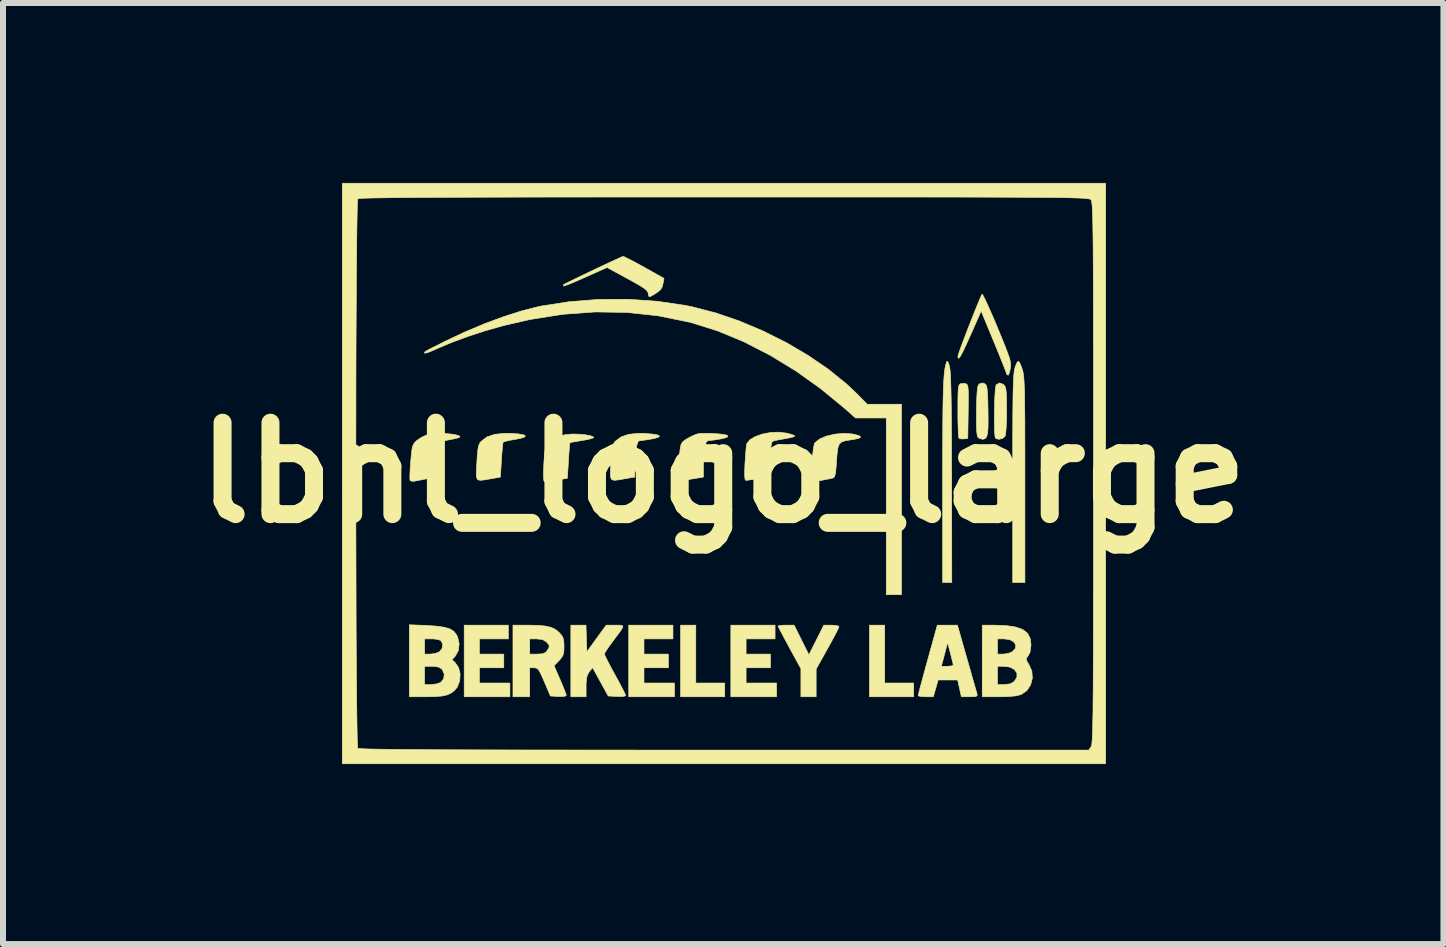
<source format=kicad_pcb>
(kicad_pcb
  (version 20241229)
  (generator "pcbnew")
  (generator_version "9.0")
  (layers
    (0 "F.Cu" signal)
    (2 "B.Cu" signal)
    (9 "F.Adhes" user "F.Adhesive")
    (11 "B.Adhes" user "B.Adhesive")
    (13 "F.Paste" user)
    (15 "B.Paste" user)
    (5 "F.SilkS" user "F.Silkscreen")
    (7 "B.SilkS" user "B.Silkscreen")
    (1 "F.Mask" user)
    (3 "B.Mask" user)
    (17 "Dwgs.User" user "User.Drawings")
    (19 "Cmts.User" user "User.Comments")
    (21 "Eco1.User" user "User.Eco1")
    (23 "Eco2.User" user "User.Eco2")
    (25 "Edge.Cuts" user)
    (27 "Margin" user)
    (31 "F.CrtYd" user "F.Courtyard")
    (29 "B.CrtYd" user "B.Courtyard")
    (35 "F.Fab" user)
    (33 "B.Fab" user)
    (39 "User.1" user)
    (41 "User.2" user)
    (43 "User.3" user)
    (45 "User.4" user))
  (footprint "lbnl_logo_large"
    (layer "F.Cu")
    (at 9.006 4.831)
    (property "Reference" "lbnl_logo_large" (at 0 0 0) (layer "F.SilkS") (effects (font (size 1.524 1.524) (thickness 0.3))))
    (attr through_hole)
    (fp_poly (pts (xy -0.457 3.505) (xy 0.025 3.505) (xy 0.025 3.734) (xy -0.711 3.734) (xy -0.711 2.54) (xy -0.457 2.54) (xy -0.457 3.505)) (stroke (width 0.01) (type solid)) (fill yes) (layer "F.SilkS"))
    (fp_poly (pts (xy 2.692 3.505) (xy 3.175 3.505) (xy 3.175 3.734) (xy 2.438 3.734) (xy 2.438 2.54) (xy 2.692 2.54) (xy 2.692 3.505)) (stroke (width 0.01) (type solid)) (fill yes) (layer "F.SilkS"))
    (fp_poly (pts (xy -3.581 2.769) (xy -4.064 2.769) (xy -4.064 3.023) (xy -3.658 3.023) (xy -3.658 3.251) (xy -4.064 3.251) (xy -4.064 3.505) (xy -3.556 3.505) (xy -3.556 3.734) (xy -4.318 3.734) (xy -4.318 2.54) (xy -3.581 2.54) (xy -3.581 2.769)) (stroke (width 0.01) (type solid)) (fill yes) (layer "F.SilkS"))
    (fp_poly (pts (xy -0.838 2.769) (xy -1.321 2.769) (xy -1.321 3.023) (xy -0.914 3.023) (xy -0.914 3.251) (xy -1.321 3.251) (xy -1.321 3.505) (xy -0.813 3.505) (xy -0.813 3.734) (xy -1.575 3.734) (xy -1.575 2.54) (xy -0.838 2.54) (xy -0.838 2.769)) (stroke (width 0.01) (type solid)) (fill yes) (layer "F.SilkS"))
    (fp_poly (pts (xy 0.864 2.769) (xy 0.381 2.769) (xy 0.381 3.023) (xy 0.787 3.023) (xy 0.787 3.251) (xy 0.381 3.251) (xy 0.381 3.505) (xy 0.889 3.505) (xy 0.889 3.734) (xy 0.127 3.734) (xy 0.127 2.54) (xy 0.864 2.54) (xy 0.864 2.769)) (stroke (width 0.01) (type solid)) (fill yes) (layer "F.SilkS"))
    (fp_poly (pts (xy 4.043 -1.485) (xy 4.06 -1.476) (xy 4.072 -1.459) (xy 4.08 -1.425) (xy 4.085 -1.367) (xy 4.086 -1.279) (xy 4.085 -1.153) (xy 4.084 -1.02) (xy 4.077 -0.572) (xy 4.012 -0.564) (xy 3.957 -0.565) (xy 3.93 -0.575) (xy 3.924 -0.605) (xy 3.919 -0.677) (xy 3.915 -0.783) (xy 3.912 -0.914) (xy 3.912 -1.03) (xy 3.912 -1.191) (xy 3.914 -1.308) (xy 3.918 -1.389) (xy 3.925 -1.44) (xy 3.936 -1.469) (xy 3.95 -1.482) (xy 3.953 -1.484) (xy 4.013 -1.49) (xy 4.043 -1.485)) (stroke (width 0.01) (type solid)) (fill yes) (layer "F.SilkS"))
    (fp_poly (pts (xy 1.428 3.035) (xy 1.553 2.788) (xy 1.677 2.54) (xy 1.804 2.54) (xy 1.876 2.545) (xy 1.922 2.556) (xy 1.93 2.565) (xy 1.919 2.595) (xy 1.886 2.661) (xy 1.837 2.754) (xy 1.776 2.867) (xy 1.74 2.931) (xy 1.549 3.272) (xy 1.549 3.734) (xy 1.295 3.734) (xy 1.295 3.266) (xy 1.105 2.918) (xy 1.04 2.798) (xy 0.984 2.693) (xy 0.942 2.613) (xy 0.918 2.565) (xy 0.914 2.555) (xy 0.937 2.547) (xy 0.996 2.541) (xy 1.048 2.54) (xy 1.182 2.54) (xy 1.428 3.035)) (stroke (width 0.01) (type solid)) (fill yes) (layer "F.SilkS"))
    (fp_poly (pts (xy 4.666 -1.475) (xy 4.684 -1.459) (xy 4.7 -1.434) (xy 4.712 -1.393) (xy 4.719 -1.326) (xy 4.723 -1.227) (xy 4.724 -1.087) (xy 4.724 -1.038) (xy 4.723 -0.896) (xy 4.718 -0.773) (xy 4.711 -0.677) (xy 4.702 -0.618) (xy 4.698 -0.608) (xy 4.656 -0.572) (xy 4.596 -0.558) (xy 4.544 -0.571) (xy 4.538 -0.576) (xy 4.53 -0.609) (xy 4.524 -0.683) (xy 4.521 -0.787) (xy 4.52 -0.909) (xy 4.521 -1.041) (xy 4.524 -1.172) (xy 4.529 -1.29) (xy 4.536 -1.386) (xy 4.545 -1.449) (xy 4.552 -1.468) (xy 4.607 -1.497) (xy 4.666 -1.475)) (stroke (width 0.01) (type solid)) (fill yes) (layer "F.SilkS"))
    (fp_poly (pts (xy 3.76 -1.814) (xy 3.773 -1.765) (xy 3.78 -1.724) (xy 3.786 -1.657) (xy 3.791 -1.56) (xy 3.795 -1.432) (xy 3.799 -1.269) (xy 3.802 -1.068) (xy 3.804 -0.828) (xy 3.806 -0.544) (xy 3.807 -0.215) (xy 3.808 0.095) (xy 3.81 1.829) (xy 3.658 1.829) (xy 3.658 0.141) (xy 3.658 -0.215) (xy 3.659 -0.523) (xy 3.66 -0.788) (xy 3.662 -1.014) (xy 3.665 -1.204) (xy 3.669 -1.361) (xy 3.674 -1.49) (xy 3.68 -1.594) (xy 3.688 -1.678) (xy 3.697 -1.744) (xy 3.708 -1.796) (xy 3.721 -1.839) (xy 3.727 -1.854) (xy 3.741 -1.856) (xy 3.76 -1.814)) (stroke (width 0.01) (type solid)) (fill yes) (layer "F.SilkS"))
    (fp_poly (pts (xy 4.362 -1.483) (xy 4.379 -1.467) (xy 4.392 -1.438) (xy 4.4 -1.389) (xy 4.406 -1.312) (xy 4.411 -1.199) (xy 4.414 -1.043) (xy 4.414 -1.042) (xy 4.416 -0.873) (xy 4.414 -0.748) (xy 4.407 -0.661) (xy 4.393 -0.605) (xy 4.372 -0.573) (xy 4.342 -0.561) (xy 4.318 -0.559) (xy 4.264 -0.577) (xy 4.244 -0.594) (xy 4.232 -0.633) (xy 4.224 -0.716) (xy 4.221 -0.844) (xy 4.222 -1.021) (xy 4.222 -1.042) (xy 4.225 -1.198) (xy 4.23 -1.311) (xy 4.236 -1.389) (xy 4.244 -1.438) (xy 4.257 -1.467) (xy 4.273 -1.483) (xy 4.274 -1.483) (xy 4.328 -1.497) (xy 4.362 -1.483)) (stroke (width 0.01) (type solid)) (fill yes) (layer "F.SilkS"))
    (fp_poly (pts (xy -3.547 -0.657) (xy -3.417 -0.648) (xy -3.334 -0.634) (xy -3.298 -0.617) (xy -3.31 -0.597) (xy -3.371 -0.576) (xy -3.465 -0.557) (xy -3.558 -0.541) (xy -3.63 -0.524) (xy -3.667 -0.511) (xy -3.669 -0.51) (xy -3.675 -0.479) (xy -3.682 -0.409) (xy -3.691 -0.309) (xy -3.697 -0.21) (xy -3.715 0.072) (xy -3.873 0.1) (xy -3.978 0.118) (xy -4.049 0.126) (xy -4.091 0.117) (xy -4.111 0.081) (xy -4.116 0.014) (xy -4.111 -0.094) (xy -4.107 -0.169) (xy -4.099 -0.3) (xy -4.089 -0.391) (xy -4.077 -0.452) (xy -4.059 -0.493) (xy -4.035 -0.524) (xy -3.939 -0.597) (xy -3.81 -0.641) (xy -3.644 -0.658) (xy -3.547 -0.657)) (stroke (width 0.01) (type solid)) (fill yes) (layer "F.SilkS"))
    (fp_poly (pts (xy -1.308 -0.655) (xy -1.18 -0.645) (xy -1.098 -0.631) (xy -1.063 -0.614) (xy -1.076 -0.595) (xy -1.138 -0.574) (xy -1.2 -0.562) (xy -1.291 -0.547) (xy -1.364 -0.537) (xy -1.402 -0.533) (xy -1.425 -0.509) (xy -1.445 -0.441) (xy -1.461 -0.335) (xy -1.47 -0.198) (xy -1.473 -0.06) (xy -1.473 0.071) (xy -1.634 0.099) (xy -1.741 0.118) (xy -1.813 0.126) (xy -1.856 0.116) (xy -1.876 0.081) (xy -1.881 0.014) (xy -1.877 -0.094) (xy -1.873 -0.168) (xy -1.865 -0.298) (xy -1.857 -0.388) (xy -1.845 -0.448) (xy -1.827 -0.489) (xy -1.803 -0.522) (xy -1.802 -0.523) (xy -1.705 -0.596) (xy -1.577 -0.641) (xy -1.413 -0.658) (xy -1.308 -0.655)) (stroke (width 0.01) (type solid)) (fill yes) (layer "F.SilkS"))
    (fp_poly (pts (xy 4.94 -1.839) (xy 4.968 -1.774) (xy 4.988 -1.716) (xy 4.996 -1.687) (xy 5.003 -1.65) (xy 5.009 -1.601) (xy 5.014 -1.538) (xy 5.018 -1.455) (xy 5.022 -1.349) (xy 5.024 -1.217) (xy 5.026 -1.055) (xy 5.028 -0.858) (xy 5.028 -0.624) (xy 5.029 -0.348) (xy 5.029 -0.026) (xy 5.029 0.119) (xy 5.029 1.829) (xy 4.826 1.829) (xy 4.826 0.093) (xy 4.826 -0.251) (xy 4.826 -0.548) (xy 4.827 -0.801) (xy 4.828 -1.015) (xy 4.83 -1.193) (xy 4.832 -1.339) (xy 4.835 -1.457) (xy 4.839 -1.55) (xy 4.844 -1.622) (xy 4.849 -1.677) (xy 4.856 -1.718) (xy 4.863 -1.75) (xy 4.867 -1.763) (xy 4.894 -1.832) (xy 4.917 -1.858) (xy 4.94 -1.839)) (stroke (width 0.01) (type solid)) (fill yes) (layer "F.SilkS"))
    (fp_poly (pts (xy -0.184 -0.655) (xy -0.052 -0.646) (xy 0.036 -0.633) (xy 0.078 -0.617) (xy 0.073 -0.598) (xy 0.019 -0.578) (xy -0.057 -0.562) (xy -0.148 -0.547) (xy -0.222 -0.537) (xy -0.259 -0.533) (xy -0.284 -0.509) (xy -0.304 -0.44) (xy -0.32 -0.332) (xy -0.328 -0.19) (xy -0.33 -0.075) (xy -0.33 0.071) (xy -0.491 0.099) (xy -0.604 0.117) (xy -0.677 0.125) (xy -0.717 0.12) (xy -0.735 0.103) (xy -0.738 0.083) (xy -0.739 -0.012) (xy -0.737 -0.129) (xy -0.731 -0.249) (xy -0.723 -0.354) (xy -0.715 -0.418) (xy -0.701 -0.477) (xy -0.673 -0.519) (xy -0.62 -0.557) (xy -0.559 -0.592) (xy -0.488 -0.627) (xy -0.429 -0.648) (xy -0.365 -0.657) (xy -0.28 -0.658) (xy -0.184 -0.655)) (stroke (width 0.01) (type solid)) (fill yes) (layer "F.SilkS"))
    (fp_poly (pts (xy -2.4 -0.643) (xy -2.296 -0.633) (xy -2.214 -0.618) (xy -2.167 -0.599) (xy -2.159 -0.588) (xy -2.182 -0.575) (xy -2.244 -0.558) (xy -2.331 -0.541) (xy -2.354 -0.538) (xy -2.447 -0.522) (xy -2.518 -0.51) (xy -2.554 -0.501) (xy -2.556 -0.501) (xy -2.56 -0.474) (xy -2.566 -0.407) (xy -2.573 -0.31) (xy -2.58 -0.201) (xy -2.598 0.092) (xy -2.773 0.122) (xy -2.864 0.137) (xy -2.937 0.148) (xy -2.976 0.152) (xy -2.976 0.152) (xy -2.989 0.136) (xy -2.995 0.082) (xy -2.995 -0.013) (xy -2.99 -0.154) (xy -2.99 -0.155) (xy -2.981 -0.277) (xy -2.97 -0.382) (xy -2.958 -0.459) (xy -2.945 -0.496) (xy -2.872 -0.554) (xy -2.764 -0.602) (xy -2.637 -0.634) (xy -2.516 -0.646) (xy -2.4 -0.643)) (stroke (width 0.01) (type solid)) (fill yes) (layer "F.SilkS"))
    (fp_poly (pts (xy 1.048 -0.662) (xy 1.126 -0.643) (xy 1.179 -0.624) (xy 1.194 -0.612) (xy 1.171 -0.599) (xy 1.11 -0.583) (xy 1.024 -0.567) (xy 1.014 -0.565) (xy 0.923 -0.55) (xy 0.854 -0.534) (xy 0.819 -0.523) (xy 0.818 -0.522) (xy 0.805 -0.487) (xy 0.792 -0.414) (xy 0.78 -0.316) (xy 0.77 -0.206) (xy 0.765 -0.098) (xy 0.764 -0.075) (xy 0.762 0.066) (xy 0.584 0.096) (xy 0.491 0.112) (xy 0.417 0.123) (xy 0.377 0.127) (xy 0.377 0.127) (xy 0.364 0.11) (xy 0.358 0.056) (xy 0.358 -0.041) (xy 0.363 -0.16) (xy 0.371 -0.278) (xy 0.379 -0.38) (xy 0.387 -0.453) (xy 0.393 -0.484) (xy 0.442 -0.548) (xy 0.531 -0.602) (xy 0.648 -0.644) (xy 0.781 -0.67) (xy 0.919 -0.677) (xy 1.048 -0.662)) (stroke (width 0.01) (type solid)) (fill yes) (layer "F.SilkS"))
    (fp_poly (pts (xy 2.147 -0.648) (xy 2.209 -0.635) (xy 2.274 -0.613) (xy 2.291 -0.592) (xy 2.258 -0.574) (xy 2.177 -0.556) (xy 2.117 -0.547) (xy 2.031 -0.533) (xy 1.972 -0.513) (xy 1.935 -0.478) (xy 1.912 -0.418) (xy 1.899 -0.325) (xy 1.889 -0.197) (xy 1.88 -0.072) (xy 1.87 0.012) (xy 1.857 0.061) (xy 1.839 0.083) (xy 1.831 0.087) (xy 1.79 0.097) (xy 1.718 0.111) (xy 1.634 0.127) (xy 1.555 0.141) (xy 1.496 0.15) (xy 1.477 0.152) (xy 1.474 0.129) (xy 1.473 0.064) (xy 1.476 -0.032) (xy 1.481 -0.149) (xy 1.481 -0.155) (xy 1.49 -0.292) (xy 1.503 -0.401) (xy 1.517 -0.474) (xy 1.528 -0.5) (xy 1.607 -0.563) (xy 1.723 -0.612) (xy 1.861 -0.644) (xy 2.007 -0.657) (xy 2.147 -0.648)) (stroke (width 0.01) (type solid)) (fill yes) (layer "F.SilkS"))
    (fp_poly (pts (xy -4.612 -0.653) (xy -4.507 -0.642) (xy -4.428 -0.625) (xy -4.407 -0.617) (xy -4.388 -0.6) (xy -4.402 -0.587) (xy -4.455 -0.572) (xy -4.51 -0.561) (xy -4.601 -0.543) (xy -4.678 -0.527) (xy -4.714 -0.52) (xy -4.748 -0.504) (xy -4.769 -0.463) (xy -4.783 -0.386) (xy -4.784 -0.375) (xy -4.793 -0.271) (xy -4.799 -0.15) (xy -4.8 -0.084) (xy -4.801 0.073) (xy -4.947 0.101) (xy -5.037 0.119) (xy -5.116 0.134) (xy -5.15 0.141) (xy -5.202 0.139) (xy -5.221 0.121) (xy -5.224 0.083) (xy -5.222 0.007) (xy -5.217 -0.096) (xy -5.209 -0.191) (xy -5.198 -0.314) (xy -5.187 -0.398) (xy -5.173 -0.454) (xy -5.153 -0.492) (xy -5.123 -0.524) (xy -5.108 -0.538) (xy -5.032 -0.59) (xy -4.941 -0.631) (xy -4.922 -0.637) (xy -4.837 -0.65) (xy -4.728 -0.656) (xy -4.612 -0.653)) (stroke (width 0.01) (type solid)) (fill yes) (layer "F.SilkS"))
    (fp_poly (pts (xy -1.689 2.544) (xy -1.672 2.558) (xy -1.682 2.59) (xy -1.718 2.646) (xy -1.783 2.732) (xy -1.833 2.799) (xy -1.897 2.886) (xy -1.947 2.959) (xy -1.976 3.007) (xy -1.981 3.021) (xy -1.969 3.051) (xy -1.937 3.118) (xy -1.889 3.211) (xy -1.829 3.323) (xy -1.803 3.369) (xy -1.74 3.485) (xy -1.687 3.586) (xy -1.648 3.662) (xy -1.627 3.707) (xy -1.626 3.714) (xy -1.649 3.725) (xy -1.708 3.73) (xy -1.771 3.729) (xy -1.917 3.721) (xy -2.048 3.484) (xy -2.178 3.248) (xy -2.232 3.316) (xy -2.263 3.368) (xy -2.28 3.432) (xy -2.286 3.525) (xy -2.286 3.559) (xy -2.286 3.734) (xy -2.54 3.734) (xy -2.54 2.54) (xy -2.288 2.54) (xy -2.273 2.985) (xy -2.112 2.762) (xy -1.95 2.54) (xy -1.799 2.54) (xy -1.732 2.54) (xy -1.689 2.544)) (stroke (width 0.01) (type solid)) (fill yes) (layer "F.SilkS"))
    (fp_poly (pts (xy -1.638 -3.595) (xy -1.572 -3.562) (xy -1.479 -3.514) (xy -1.367 -3.453) (xy -1.315 -3.424) (xy -0.987 -3.241) (xy -1.004 -3.152) (xy -1.02 -3.092) (xy -1.051 -3.046) (xy -1.108 -3.001) (xy -1.173 -2.961) (xy -1.221 -2.935) (xy -1.241 -2.942) (xy -1.249 -2.986) (xy -1.258 -3.015) (xy -1.283 -3.046) (xy -1.329 -3.082) (xy -1.403 -3.129) (xy -1.512 -3.191) (xy -1.597 -3.237) (xy -1.937 -3.422) (xy -2.295 -3.262) (xy -2.419 -3.207) (xy -2.525 -3.162) (xy -2.607 -3.13) (xy -2.655 -3.114) (xy -2.664 -3.113) (xy -2.665 -3.133) (xy -2.636 -3.15) (xy -2.57 -3.183) (xy -2.474 -3.23) (xy -2.359 -3.286) (xy -2.231 -3.347) (xy -2.099 -3.41) (xy -1.971 -3.47) (xy -1.856 -3.524) (xy -1.762 -3.567) (xy -1.697 -3.596) (xy -1.669 -3.607) (xy -1.669 -3.607) (xy -1.638 -3.595)) (stroke (width 0.01) (type solid)) (fill yes) (layer "F.SilkS"))
    (fp_poly (pts (xy 4.329 -2.96) (xy 4.36 -2.902) (xy 4.403 -2.809) (xy 4.457 -2.688) (xy 4.52 -2.544) (xy 4.568 -2.428) (xy 4.643 -2.248) (xy 4.699 -2.108) (xy 4.74 -2.002) (xy 4.768 -1.922) (xy 4.784 -1.862) (xy 4.791 -1.815) (xy 4.791 -1.775) (xy 4.787 -1.742) (xy 4.772 -1.674) (xy 4.755 -1.632) (xy 4.747 -1.626) (xy 4.725 -1.644) (xy 4.724 -1.647) (xy 4.715 -1.676) (xy 4.689 -1.745) (xy 4.649 -1.846) (xy 4.598 -1.973) (xy 4.539 -2.119) (xy 4.512 -2.183) (xy 4.3 -2.697) (xy 4.125 -2.301) (xy 4.052 -2.14) (xy 3.997 -2.023) (xy 3.957 -1.948) (xy 3.93 -1.912) (xy 3.916 -1.911) (xy 3.912 -1.942) (xy 3.921 -1.975) (xy 3.945 -2.046) (xy 3.982 -2.147) (xy 4.028 -2.269) (xy 4.08 -2.404) (xy 4.134 -2.542) (xy 4.186 -2.674) (xy 4.234 -2.793) (xy 4.274 -2.889) (xy 4.303 -2.954) (xy 4.315 -2.978) (xy 4.329 -2.96)) (stroke (width 0.01) (type solid)) (fill yes) (layer "F.SilkS"))
    (fp_poly (pts (xy 4.061 3.092) (xy 4.108 3.254) (xy 4.149 3.401) (xy 4.185 3.526) (xy 4.212 3.62) (xy 4.229 3.678) (xy 4.232 3.689) (xy 4.233 3.715) (xy 4.21 3.729) (xy 4.151 3.733) (xy 4.108 3.734) (xy 3.97 3.734) (xy 3.939 3.594) (xy 3.908 3.454) (xy 3.583 3.454) (xy 3.502 3.734) (xy 3.376 3.734) (xy 3.304 3.73) (xy 3.258 3.721) (xy 3.25 3.715) (xy 3.256 3.686) (xy 3.274 3.615) (xy 3.302 3.509) (xy 3.338 3.376) (xy 3.379 3.226) (xy 3.636 3.226) (xy 3.736 3.226) (xy 3.799 3.221) (xy 3.833 3.211) (xy 3.835 3.207) (xy 3.829 3.174) (xy 3.812 3.107) (xy 3.79 3.018) (xy 3.788 3.01) (xy 3.741 2.832) (xy 3.71 2.946) (xy 3.686 3.037) (xy 3.663 3.124) (xy 3.658 3.143) (xy 3.636 3.226) (xy 3.379 3.226) (xy 3.38 3.222) (xy 3.409 3.118) (xy 3.569 2.54) (xy 3.904 2.54) (xy 4.061 3.092)) (stroke (width 0.01) (type solid)) (fill yes) (layer "F.SilkS"))
    (fp_poly (pts (xy -3.245 2.54) (xy -3.08 2.544) (xy -2.956 2.556) (xy -2.863 2.579) (xy -2.791 2.615) (xy -2.73 2.668) (xy -2.729 2.669) (xy -2.685 2.721) (xy -2.663 2.774) (xy -2.655 2.847) (xy -2.654 2.896) (xy -2.657 2.985) (xy -2.672 3.045) (xy -2.705 3.095) (xy -2.737 3.131) (xy -2.82 3.216) (xy -2.718 3.451) (xy -2.675 3.552) (xy -2.641 3.637) (xy -2.62 3.694) (xy -2.616 3.711) (xy -2.639 3.725) (xy -2.701 3.73) (xy -2.749 3.729) (xy -2.881 3.721) (xy -2.981 3.486) (xy -3.028 3.379) (xy -3.062 3.31) (xy -3.09 3.272) (xy -3.118 3.255) (xy -3.152 3.251) (xy -3.154 3.251) (xy -3.226 3.251) (xy -3.226 3.734) (xy -3.505 3.734) (xy -3.505 2.769) (xy -3.226 2.769) (xy -3.226 3.023) (xy -3.1 3.023) (xy -3.017 3.018) (xy -2.966 2.999) (xy -2.935 2.966) (xy -2.902 2.91) (xy -2.904 2.87) (xy -2.943 2.823) (xy -2.946 2.819) (xy -3.011 2.781) (xy -3.108 2.769) (xy -3.111 2.769) (xy -3.226 2.769) (xy -3.505 2.769) (xy -3.505 2.54) (xy -3.245 2.54)) (stroke (width 0.01) (type solid)) (fill yes) (layer "F.SilkS"))
    (fp_poly (pts (xy 4.721 2.548) (xy 4.878 2.572) (xy 4.995 2.614) (xy 5.073 2.676) (xy 5.117 2.761) (xy 5.131 2.868) (xy 5.116 2.986) (xy 5.084 3.05) (xy 5.056 3.089) (xy 5.053 3.121) (xy 5.076 3.165) (xy 5.096 3.196) (xy 5.145 3.307) (xy 5.153 3.425) (xy 5.124 3.537) (xy 5.061 3.632) (xy 4.966 3.697) (xy 4.966 3.697) (xy 4.878 3.719) (xy 4.742 3.731) (xy 4.598 3.734) (xy 4.318 3.734) (xy 4.318 3.226) (xy 4.572 3.226) (xy 4.572 3.531) (xy 4.686 3.531) (xy 4.784 3.519) (xy 4.85 3.481) (xy 4.851 3.48) (xy 4.896 3.409) (xy 4.896 3.34) (xy 4.856 3.281) (xy 4.782 3.24) (xy 4.686 3.226) (xy 4.572 3.226) (xy 4.318 3.226) (xy 4.318 2.769) (xy 4.572 2.769) (xy 4.572 3.023) (xy 4.668 3.023) (xy 4.748 3.012) (xy 4.815 2.986) (xy 4.82 2.983) (xy 4.871 2.927) (xy 4.876 2.87) (xy 4.843 2.818) (xy 4.776 2.782) (xy 4.684 2.769) (xy 4.572 2.769) (xy 4.318 2.769) (xy 4.318 2.54) (xy 4.518 2.54) (xy 4.721 2.548)) (stroke (width 0.01) (type solid)) (fill yes) (layer "F.SilkS"))
    (fp_poly (pts (xy -1.095 -2.858) (xy -0.626 -2.789) (xy -0.51 -2.765) (xy -0.121 -2.664) (xy 0.275 -2.528) (xy 0.668 -2.362) (xy 1.051 -2.17) (xy 1.414 -1.957) (xy 1.75 -1.727) (xy 2.049 -1.486) (xy 2.222 -1.323) (xy 2.399 -1.143) (xy 2.972 -1.143) (xy 2.972 2.032) (xy 2.718 2.032) (xy 2.718 -0.914) (xy 2.205 -0.914) (xy 2.023 -1.075) (xy 1.623 -1.404) (xy 1.206 -1.701) (xy 0.776 -1.962) (xy 0.342 -2.185) (xy -0.093 -2.365) (xy -0.521 -2.5) (xy -0.573 -2.513) (xy -1.087 -2.617) (xy -1.606 -2.673) (xy -2.133 -2.681) (xy -2.67 -2.642) (xy -3.221 -2.555) (xy -3.672 -2.451) (xy -3.968 -2.367) (xy -4.262 -2.271) (xy -4.536 -2.169) (xy -4.76 -2.074) (xy -4.852 -2.033) (xy -4.924 -2.005) (xy -4.967 -1.993) (xy -4.974 -1.994) (xy -4.98 -2.001) (xy -4.978 -2.01) (xy -4.961 -2.024) (xy -4.923 -2.046) (xy -4.858 -2.08) (xy -4.759 -2.129) (xy -4.629 -2.195) (xy -4.308 -2.346) (xy -3.982 -2.483) (xy -3.661 -2.602) (xy -3.358 -2.699) (xy -3.082 -2.769) (xy -3.035 -2.779) (xy -2.566 -2.852) (xy -2.078 -2.89) (xy -1.583 -2.892) (xy -1.095 -2.858)) (stroke (width 0.01) (type solid)) (fill yes) (layer "F.SilkS"))
    (fp_poly (pts (xy -4.947 2.545) (xy -4.774 2.557) (xy -4.645 2.576) (xy -4.551 2.605) (xy -4.486 2.648) (xy -4.442 2.708) (xy -4.429 2.735) (xy -4.402 2.851) (xy -4.415 2.963) (xy -4.466 3.056) (xy -4.47 3.06) (xy -4.522 3.116) (xy -4.471 3.162) (xy -4.412 3.247) (xy -4.386 3.354) (xy -4.393 3.467) (xy -4.432 3.571) (xy -4.477 3.626) (xy -4.535 3.672) (xy -4.604 3.703) (xy -4.693 3.722) (xy -4.813 3.731) (xy -4.955 3.734) (xy -5.232 3.734) (xy -5.232 3.226) (xy -4.978 3.226) (xy -4.978 3.531) (xy -4.87 3.531) (xy -4.787 3.521) (xy -4.717 3.499) (xy -4.705 3.491) (xy -4.659 3.432) (xy -4.651 3.356) (xy -4.682 3.282) (xy -4.69 3.272) (xy -4.744 3.239) (xy -4.833 3.226) (xy -4.855 3.226) (xy -4.978 3.226) (xy -5.232 3.226) (xy -5.232 2.769) (xy -4.978 2.769) (xy -4.978 3.023) (xy -4.882 3.023) (xy -4.802 3.012) (xy -4.735 2.986) (xy -4.73 2.983) (xy -4.685 2.927) (xy -4.676 2.858) (xy -4.704 2.799) (xy -4.746 2.781) (xy -4.818 2.77) (xy -4.856 2.769) (xy -4.978 2.769) (xy -5.232 2.769) (xy -5.232 2.534) (xy -4.947 2.545)) (stroke (width 0.01) (type solid)) (fill yes) (layer "F.SilkS"))
    (fp_poly (pts (xy 6.375 4.851) (xy -6.35 4.851) (xy -6.35 -0.124) (xy -6.124 -0.124) (xy -6.124 0.295) (xy -6.124 0.711) (xy -6.123 1.123) (xy -6.122 1.526) (xy -6.121 1.917) (xy -6.12 2.294) (xy -6.119 2.653) (xy -6.117 2.992) (xy -6.115 3.307) (xy -6.112 3.594) (xy -6.11 3.852) (xy -6.107 4.076) (xy -6.104 4.264) (xy -6.101 4.413) (xy -6.097 4.519) (xy -6.094 4.579) (xy -6.091 4.592) (xy -6.077 4.596) (xy -6.04 4.599) (xy -5.979 4.602) (xy -5.892 4.605) (xy -5.779 4.607) (xy -5.636 4.609) (xy -5.464 4.612) (xy -5.26 4.613) (xy -5.023 4.615) (xy -4.752 4.617) (xy -4.444 4.618) (xy -4.099 4.619) (xy -3.714 4.62) (xy -3.289 4.621) (xy -2.822 4.621) (xy -2.311 4.622) (xy -1.755 4.622) (xy -1.153 4.623) (xy -0.502 4.623) (xy 0.016 4.623) (xy 6.093 4.623) (xy 6.133 4.566) (xy 6.138 4.556) (xy 6.142 4.537) (xy 6.146 4.507) (xy 6.15 4.465) (xy 6.153 4.408) (xy 6.156 4.335) (xy 6.159 4.242) (xy 6.161 4.128) (xy 6.164 3.99) (xy 6.165 3.826) (xy 6.167 3.635) (xy 6.168 3.414) (xy 6.169 3.16) (xy 6.17 2.872) (xy 6.171 2.548) (xy 6.171 2.185) (xy 6.172 1.78) (xy 6.172 1.333) (xy 6.172 0.84) (xy 6.172 0.3) (xy 6.172 0.003) (xy 6.172 -0.561) (xy 6.172 -1.075) (xy 6.172 -1.544) (xy 6.172 -1.968) (xy 6.171 -2.35) (xy 6.171 -2.693) (xy 6.17 -2.997) (xy 6.169 -3.267) (xy 6.168 -3.503) (xy 6.167 -3.708) (xy 6.165 -3.885) (xy 6.163 -4.034) (xy 6.161 -4.16) (xy 6.159 -4.263) (xy 6.156 -4.346) (xy 6.153 -4.412) (xy 6.149 -4.462) (xy 6.145 -4.498) (xy 6.141 -4.524) (xy 6.136 -4.54) (xy 6.131 -4.55) (xy 6.13 -4.551) (xy 6.124 -4.556) (xy 6.115 -4.561) (xy 6.1 -4.565) (xy 6.078 -4.569) (xy 6.046 -4.572) (xy 6.004 -4.576) (xy 5.948 -4.579) (xy 5.877 -4.581) (xy 5.789 -4.584) (xy 5.683 -4.586) (xy 5.556 -4.588) (xy 5.406 -4.59) (xy 5.231 -4.591) (xy 5.031 -4.592) (xy 4.802 -4.593) (xy 4.542 -4.594) (xy 4.251 -4.595) (xy 3.925 -4.596) (xy 3.564 -4.596) (xy 3.164 -4.597) (xy 2.725 -4.597) (xy 2.244 -4.597) (xy 1.72 -4.597) (xy 1.15 -4.597) (xy 0.533 -4.597) (xy 0.014 -4.597) (xy -0.674 -4.597) (xy -1.312 -4.597) (xy -1.903 -4.597) (xy -2.447 -4.596) (xy -2.946 -4.596) (xy -3.403 -4.595) (xy -3.817 -4.594) (xy -4.191 -4.593) (xy -4.527 -4.592) (xy -4.825 -4.591) (xy -5.088 -4.589) (xy -5.316 -4.588) (xy -5.511 -4.586) (xy -5.676 -4.583) (xy -5.811 -4.581) (xy -5.917 -4.579) (xy -5.997 -4.576) (xy -6.051 -4.573) (xy -6.082 -4.57) (xy -6.091 -4.567) (xy -6.095 -4.538) (xy -6.099 -4.461) (xy -6.102 -4.34) (xy -6.105 -4.177) (xy -6.108 -3.976) (xy -6.111 -3.74) (xy -6.113 -3.472) (xy -6.116 -3.174) (xy -6.117 -2.851) (xy -6.119 -2.505) (xy -6.121 -2.139) (xy -6.122 -1.757) (xy -6.123 -1.361) (xy -6.123 -0.955) (xy -6.124 -0.541) (xy -6.124 -0.124) (xy -6.35 -0.124) (xy -6.35 -4.826) (xy 6.375 -4.826) (xy 6.375 4.851)) (stroke (width 0.01) (type solid)) (fill yes) (layer "F.SilkS")))
  (gr_rect
    (start -3 -3)
    (end 21.012 12.687)
    (stroke (width 0.1) (type default))
    (fill no)
    (layer "Edge.Cuts")))
</source>
